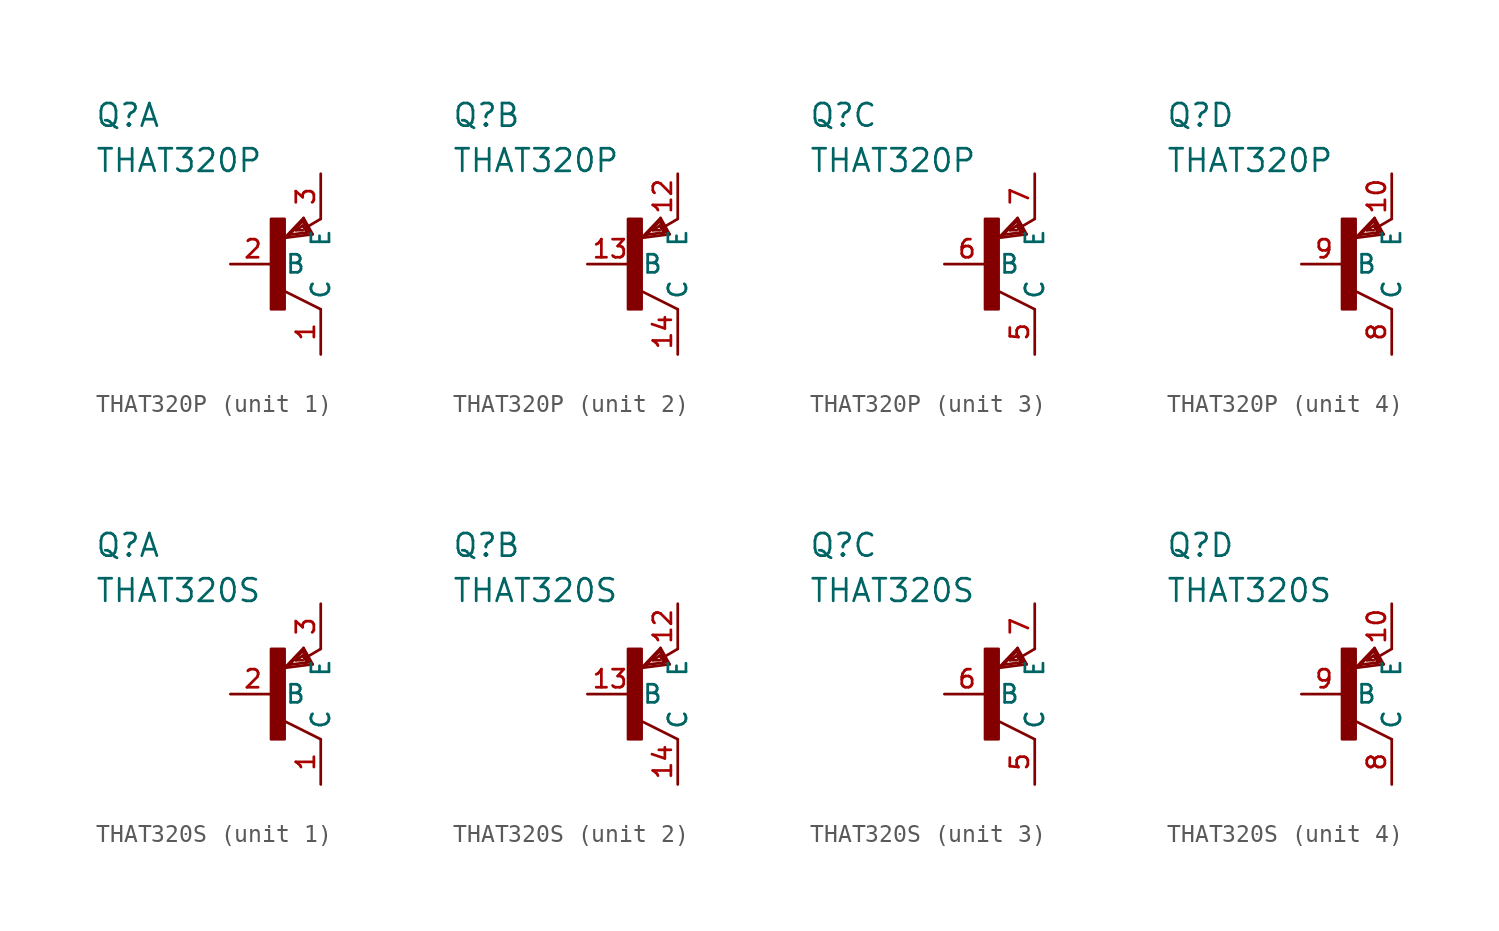
<source format=kicad_sym>
(kicad_symbol_lib
  (version 20200126)
  (host kicad_symbol_editor "5.99.0-unknown-1463dd1~101~ubuntu18.04.1")
  (symbol "that-corp-edit:THAT320P"
    (property "Reference" "Q"
      (at -10.16 7.62 0)
      (effects (font (size 1.27 1.27)) (justify left bottom)))
    (property "Value" "THAT320P"
      (at -10.16 5.08 0)
      (effects (font (size 1.27 1.27)) (justify left bottom)))
    (property "ki_locked" ""
      (at 0 0 0)
      (effects (font (size 1.27 1.27))))
    (symbol "THAT320P_1_1"
      (rectangle (start -0.254 -2.54) (end 0.508 2.54) (stroke (width 0)) (fill (type outline)))
      (pin passive line (at -2.54 0 0) (length 2.54) (name "B" (effects (font (size 1.016 1.016)))) (number "2" (effects (font (size 1.016 1.016)))))
      (pin passive line (at 2.54 -5.08 90) (length 2.54) (name "C" (effects (font (size 1.016 1.016)))) (number "1" (effects (font (size 1.016 1.016)))))
      (pin passive line (at 2.54 5.08 270) (length 2.54) (name "E" (effects (font (size 1.016 1.016)))) (number "3" (effects (font (size 1.016 1.016))))))
    (symbol "THAT320P_2_1"
      (rectangle (start -0.254 -2.54) (end 0.508 2.54) (stroke (width 0)) (fill (type outline)))
      (pin passive line (at -2.54 0 0) (length 2.54) (name "B" (effects (font (size 1.016 1.016)))) (number "13" (effects (font (size 1.016 1.016)))))
      (pin passive line (at 2.54 -5.08 90) (length 2.54) (name "C" (effects (font (size 1.016 1.016)))) (number "14" (effects (font (size 1.016 1.016)))))
      (pin passive line (at 2.54 5.08 270) (length 2.54) (name "E" (effects (font (size 1.016 1.016)))) (number "12" (effects (font (size 1.016 1.016))))))
    (symbol "THAT320P_3_1"
      (rectangle (start -0.254 -2.54) (end 0.508 2.54) (stroke (width 0)) (fill (type outline)))
      (pin passive line (at -2.54 0 0) (length 2.54) (name "B" (effects (font (size 1.016 1.016)))) (number "6" (effects (font (size 1.016 1.016)))))
      (pin passive line (at 2.54 -5.08 90) (length 2.54) (name "C" (effects (font (size 1.016 1.016)))) (number "5" (effects (font (size 1.016 1.016)))))
      (pin passive line (at 2.54 5.08 270) (length 2.54) (name "E" (effects (font (size 1.016 1.016)))) (number "7" (effects (font (size 1.016 1.016))))))
    (symbol "THAT320P_4_1"
      (rectangle (start -0.254 -2.54) (end 0.508 2.54) (stroke (width 0)) (fill (type outline)))
      (pin passive line (at -2.54 0 0) (length 2.54) (name "B" (effects (font (size 1.016 1.016)))) (number "9" (effects (font (size 1.016 1.016)))))
      (pin passive line (at 2.54 -5.08 90) (length 2.54) (name "C" (effects (font (size 1.016 1.016)))) (number "8" (effects (font (size 1.016 1.016)))))
      (pin passive line (at 2.54 5.08 270) (length 2.54) (name "E" (effects (font (size 1.016 1.016)))) (number "10" (effects (font (size 1.016 1.016))))))
    (symbol "THAT320P_1_0"
      (polyline (pts (xy 2.083 1.676) (xy 1.575 2.591)) (stroke (width 0)) (fill (type none)))
      (polyline (pts (xy 1.575 2.591) (xy 0.508 1.473)) (stroke (width 0)) (fill (type none)))
      (polyline (pts (xy 0.508 1.473) (xy 2.083 1.676)) (stroke (width 0)) (fill (type none)))
      (polyline (pts (xy 2.54 2.54) (xy 1.803 2.108)) (stroke (width 0)) (fill (type none)))
      (polyline (pts (xy 2.54 -2.54) (xy 0.508 -1.524)) (stroke (width 0)) (fill (type none)))
      (polyline (pts (xy 1.905 1.778) (xy 1.524 2.413)) (stroke (width 0)) (fill (type none)))
      (polyline (pts (xy 1.524 2.413) (xy 0.762 1.651)) (stroke (width 0)) (fill (type none)))
      (polyline (pts (xy 0.762 1.651) (xy 1.778 1.778)) (stroke (width 0)) (fill (type none)))
      (polyline (pts (xy 1.778 1.778) (xy 1.524 2.159)) (stroke (width 0)) (fill (type none)))
      (polyline (pts (xy 1.524 2.159) (xy 1.143 1.905)) (stroke (width 0)) (fill (type none)))
      (polyline (pts (xy 1.143 1.905) (xy 1.524 1.905)) (stroke (width 0)) (fill (type none))))
    (symbol "THAT320P_2_0"
      (polyline (pts (xy 2.083 1.676) (xy 1.575 2.591)) (stroke (width 0)) (fill (type none)))
      (polyline (pts (xy 1.575 2.591) (xy 0.508 1.473)) (stroke (width 0)) (fill (type none)))
      (polyline (pts (xy 0.508 1.473) (xy 2.083 1.676)) (stroke (width 0)) (fill (type none)))
      (polyline (pts (xy 2.54 2.54) (xy 1.803 2.108)) (stroke (width 0)) (fill (type none)))
      (polyline (pts (xy 2.54 -2.54) (xy 0.508 -1.524)) (stroke (width 0)) (fill (type none)))
      (polyline (pts (xy 1.905 1.778) (xy 1.524 2.413)) (stroke (width 0)) (fill (type none)))
      (polyline (pts (xy 1.524 2.413) (xy 0.762 1.651)) (stroke (width 0)) (fill (type none)))
      (polyline (pts (xy 0.762 1.651) (xy 1.778 1.778)) (stroke (width 0)) (fill (type none)))
      (polyline (pts (xy 1.778 1.778) (xy 1.524 2.159)) (stroke (width 0)) (fill (type none)))
      (polyline (pts (xy 1.524 2.159) (xy 1.143 1.905)) (stroke (width 0)) (fill (type none)))
      (polyline (pts (xy 1.143 1.905) (xy 1.524 1.905)) (stroke (width 0)) (fill (type none))))
    (symbol "THAT320P_3_0"
      (polyline (pts (xy 2.083 1.676) (xy 1.575 2.591)) (stroke (width 0)) (fill (type none)))
      (polyline (pts (xy 1.575 2.591) (xy 0.508 1.473)) (stroke (width 0)) (fill (type none)))
      (polyline (pts (xy 0.508 1.473) (xy 2.083 1.676)) (stroke (width 0)) (fill (type none)))
      (polyline (pts (xy 2.54 2.54) (xy 1.803 2.108)) (stroke (width 0)) (fill (type none)))
      (polyline (pts (xy 2.54 -2.54) (xy 0.508 -1.524)) (stroke (width 0)) (fill (type none)))
      (polyline (pts (xy 1.905 1.778) (xy 1.524 2.413)) (stroke (width 0)) (fill (type none)))
      (polyline (pts (xy 1.524 2.413) (xy 0.762 1.651)) (stroke (width 0)) (fill (type none)))
      (polyline (pts (xy 0.762 1.651) (xy 1.778 1.778)) (stroke (width 0)) (fill (type none)))
      (polyline (pts (xy 1.778 1.778) (xy 1.524 2.159)) (stroke (width 0)) (fill (type none)))
      (polyline (pts (xy 1.524 2.159) (xy 1.143 1.905)) (stroke (width 0)) (fill (type none)))
      (polyline (pts (xy 1.143 1.905) (xy 1.524 1.905)) (stroke (width 0)) (fill (type none))))
    (symbol "THAT320P_4_0"
      (polyline (pts (xy 2.083 1.676) (xy 1.575 2.591)) (stroke (width 0)) (fill (type none)))
      (polyline (pts (xy 1.575 2.591) (xy 0.508 1.473)) (stroke (width 0)) (fill (type none)))
      (polyline (pts (xy 0.508 1.473) (xy 2.083 1.676)) (stroke (width 0)) (fill (type none)))
      (polyline (pts (xy 2.54 2.54) (xy 1.803 2.108)) (stroke (width 0)) (fill (type none)))
      (polyline (pts (xy 2.54 -2.54) (xy 0.508 -1.524)) (stroke (width 0)) (fill (type none)))
      (polyline (pts (xy 1.905 1.778) (xy 1.524 2.413)) (stroke (width 0)) (fill (type none)))
      (polyline (pts (xy 1.524 2.413) (xy 0.762 1.651)) (stroke (width 0)) (fill (type none)))
      (polyline (pts (xy 0.762 1.651) (xy 1.778 1.778)) (stroke (width 0)) (fill (type none)))
      (polyline (pts (xy 1.778 1.778) (xy 1.524 2.159)) (stroke (width 0)) (fill (type none)))
      (polyline (pts (xy 1.524 2.159) (xy 1.143 1.905)) (stroke (width 0)) (fill (type none)))
      (polyline (pts (xy 1.143 1.905) (xy 1.524 1.905)) (stroke (width 0)) (fill (type none)))))
  (symbol "that-corp-edit:THAT320S"
    (property "Reference" "Q"
      (at -10.16 7.62 0)
      (effects (font (size 1.27 1.27)) (justify left bottom)))
    (property "Value" "THAT320S"
      (at -10.16 5.08 0)
      (effects (font (size 1.27 1.27)) (justify left bottom)))
    (property "ki_locked" ""
      (at 0 0 0)
      (effects (font (size 1.27 1.27))))
    (symbol "THAT320S_1_1"
      (rectangle (start -0.254 -2.54) (end 0.508 2.54) (stroke (width 0)) (fill (type outline)))
      (pin passive line (at -2.54 0 0) (length 2.54) (name "B" (effects (font (size 1.016 1.016)))) (number "2" (effects (font (size 1.016 1.016)))))
      (pin passive line (at 2.54 -5.08 90) (length 2.54) (name "C" (effects (font (size 1.016 1.016)))) (number "1" (effects (font (size 1.016 1.016)))))
      (pin passive line (at 2.54 5.08 270) (length 2.54) (name "E" (effects (font (size 1.016 1.016)))) (number "3" (effects (font (size 1.016 1.016))))))
    (symbol "THAT320S_2_1"
      (rectangle (start -0.254 -2.54) (end 0.508 2.54) (stroke (width 0)) (fill (type outline)))
      (pin passive line (at -2.54 0 0) (length 2.54) (name "B" (effects (font (size 1.016 1.016)))) (number "13" (effects (font (size 1.016 1.016)))))
      (pin passive line (at 2.54 -5.08 90) (length 2.54) (name "C" (effects (font (size 1.016 1.016)))) (number "14" (effects (font (size 1.016 1.016)))))
      (pin passive line (at 2.54 5.08 270) (length 2.54) (name "E" (effects (font (size 1.016 1.016)))) (number "12" (effects (font (size 1.016 1.016))))))
    (symbol "THAT320S_3_1"
      (rectangle (start -0.254 -2.54) (end 0.508 2.54) (stroke (width 0)) (fill (type outline)))
      (pin passive line (at -2.54 0 0) (length 2.54) (name "B" (effects (font (size 1.016 1.016)))) (number "6" (effects (font (size 1.016 1.016)))))
      (pin passive line (at 2.54 -5.08 90) (length 2.54) (name "C" (effects (font (size 1.016 1.016)))) (number "5" (effects (font (size 1.016 1.016)))))
      (pin passive line (at 2.54 5.08 270) (length 2.54) (name "E" (effects (font (size 1.016 1.016)))) (number "7" (effects (font (size 1.016 1.016))))))
    (symbol "THAT320S_4_1"
      (rectangle (start -0.254 -2.54) (end 0.508 2.54) (stroke (width 0)) (fill (type outline)))
      (pin passive line (at -2.54 0 0) (length 2.54) (name "B" (effects (font (size 1.016 1.016)))) (number "9" (effects (font (size 1.016 1.016)))))
      (pin passive line (at 2.54 -5.08 90) (length 2.54) (name "C" (effects (font (size 1.016 1.016)))) (number "8" (effects (font (size 1.016 1.016)))))
      (pin passive line (at 2.54 5.08 270) (length 2.54) (name "E" (effects (font (size 1.016 1.016)))) (number "10" (effects (font (size 1.016 1.016))))))
    (symbol "THAT320S_1_0"
      (polyline (pts (xy 2.083 1.676) (xy 1.575 2.591)) (stroke (width 0)) (fill (type none)))
      (polyline (pts (xy 1.575 2.591) (xy 0.508 1.473)) (stroke (width 0)) (fill (type none)))
      (polyline (pts (xy 0.508 1.473) (xy 2.083 1.676)) (stroke (width 0)) (fill (type none)))
      (polyline (pts (xy 2.54 2.54) (xy 1.803 2.108)) (stroke (width 0)) (fill (type none)))
      (polyline (pts (xy 2.54 -2.54) (xy 0.508 -1.524)) (stroke (width 0)) (fill (type none)))
      (polyline (pts (xy 1.905 1.778) (xy 1.524 2.413)) (stroke (width 0)) (fill (type none)))
      (polyline (pts (xy 1.524 2.413) (xy 0.762 1.651)) (stroke (width 0)) (fill (type none)))
      (polyline (pts (xy 0.762 1.651) (xy 1.778 1.778)) (stroke (width 0)) (fill (type none)))
      (polyline (pts (xy 1.778 1.778) (xy 1.524 2.159)) (stroke (width 0)) (fill (type none)))
      (polyline (pts (xy 1.524 2.159) (xy 1.143 1.905)) (stroke (width 0)) (fill (type none)))
      (polyline (pts (xy 1.143 1.905) (xy 1.524 1.905)) (stroke (width 0)) (fill (type none))))
    (symbol "THAT320S_2_0"
      (polyline (pts (xy 2.083 1.676) (xy 1.575 2.591)) (stroke (width 0)) (fill (type none)))
      (polyline (pts (xy 1.575 2.591) (xy 0.508 1.473)) (stroke (width 0)) (fill (type none)))
      (polyline (pts (xy 0.508 1.473) (xy 2.083 1.676)) (stroke (width 0)) (fill (type none)))
      (polyline (pts (xy 2.54 2.54) (xy 1.803 2.108)) (stroke (width 0)) (fill (type none)))
      (polyline (pts (xy 2.54 -2.54) (xy 0.508 -1.524)) (stroke (width 0)) (fill (type none)))
      (polyline (pts (xy 1.905 1.778) (xy 1.524 2.413)) (stroke (width 0)) (fill (type none)))
      (polyline (pts (xy 1.524 2.413) (xy 0.762 1.651)) (stroke (width 0)) (fill (type none)))
      (polyline (pts (xy 0.762 1.651) (xy 1.778 1.778)) (stroke (width 0)) (fill (type none)))
      (polyline (pts (xy 1.778 1.778) (xy 1.524 2.159)) (stroke (width 0)) (fill (type none)))
      (polyline (pts (xy 1.524 2.159) (xy 1.143 1.905)) (stroke (width 0)) (fill (type none)))
      (polyline (pts (xy 1.143 1.905) (xy 1.524 1.905)) (stroke (width 0)) (fill (type none))))
    (symbol "THAT320S_3_0"
      (polyline (pts (xy 2.083 1.676) (xy 1.575 2.591)) (stroke (width 0)) (fill (type none)))
      (polyline (pts (xy 1.575 2.591) (xy 0.508 1.473)) (stroke (width 0)) (fill (type none)))
      (polyline (pts (xy 0.508 1.473) (xy 2.083 1.676)) (stroke (width 0)) (fill (type none)))
      (polyline (pts (xy 2.54 2.54) (xy 1.803 2.108)) (stroke (width 0)) (fill (type none)))
      (polyline (pts (xy 2.54 -2.54) (xy 0.508 -1.524)) (stroke (width 0)) (fill (type none)))
      (polyline (pts (xy 1.905 1.778) (xy 1.524 2.413)) (stroke (width 0)) (fill (type none)))
      (polyline (pts (xy 1.524 2.413) (xy 0.762 1.651)) (stroke (width 0)) (fill (type none)))
      (polyline (pts (xy 0.762 1.651) (xy 1.778 1.778)) (stroke (width 0)) (fill (type none)))
      (polyline (pts (xy 1.778 1.778) (xy 1.524 2.159)) (stroke (width 0)) (fill (type none)))
      (polyline (pts (xy 1.524 2.159) (xy 1.143 1.905)) (stroke (width 0)) (fill (type none)))
      (polyline (pts (xy 1.143 1.905) (xy 1.524 1.905)) (stroke (width 0)) (fill (type none))))
    (symbol "THAT320S_4_0"
      (polyline (pts (xy 2.083 1.676) (xy 1.575 2.591)) (stroke (width 0)) (fill (type none)))
      (polyline (pts (xy 1.575 2.591) (xy 0.508 1.473)) (stroke (width 0)) (fill (type none)))
      (polyline (pts (xy 0.508 1.473) (xy 2.083 1.676)) (stroke (width 0)) (fill (type none)))
      (polyline (pts (xy 2.54 2.54) (xy 1.803 2.108)) (stroke (width 0)) (fill (type none)))
      (polyline (pts (xy 2.54 -2.54) (xy 0.508 -1.524)) (stroke (width 0)) (fill (type none)))
      (polyline (pts (xy 1.905 1.778) (xy 1.524 2.413)) (stroke (width 0)) (fill (type none)))
      (polyline (pts (xy 1.524 2.413) (xy 0.762 1.651)) (stroke (width 0)) (fill (type none)))
      (polyline (pts (xy 0.762 1.651) (xy 1.778 1.778)) (stroke (width 0)) (fill (type none)))
      (polyline (pts (xy 1.778 1.778) (xy 1.524 2.159)) (stroke (width 0)) (fill (type none)))
      (polyline (pts (xy 1.524 2.159) (xy 1.143 1.905)) (stroke (width 0)) (fill (type none)))
      (polyline (pts (xy 1.143 1.905) (xy 1.524 1.905)) (stroke (width 0)) (fill (type none))))))
</source>
